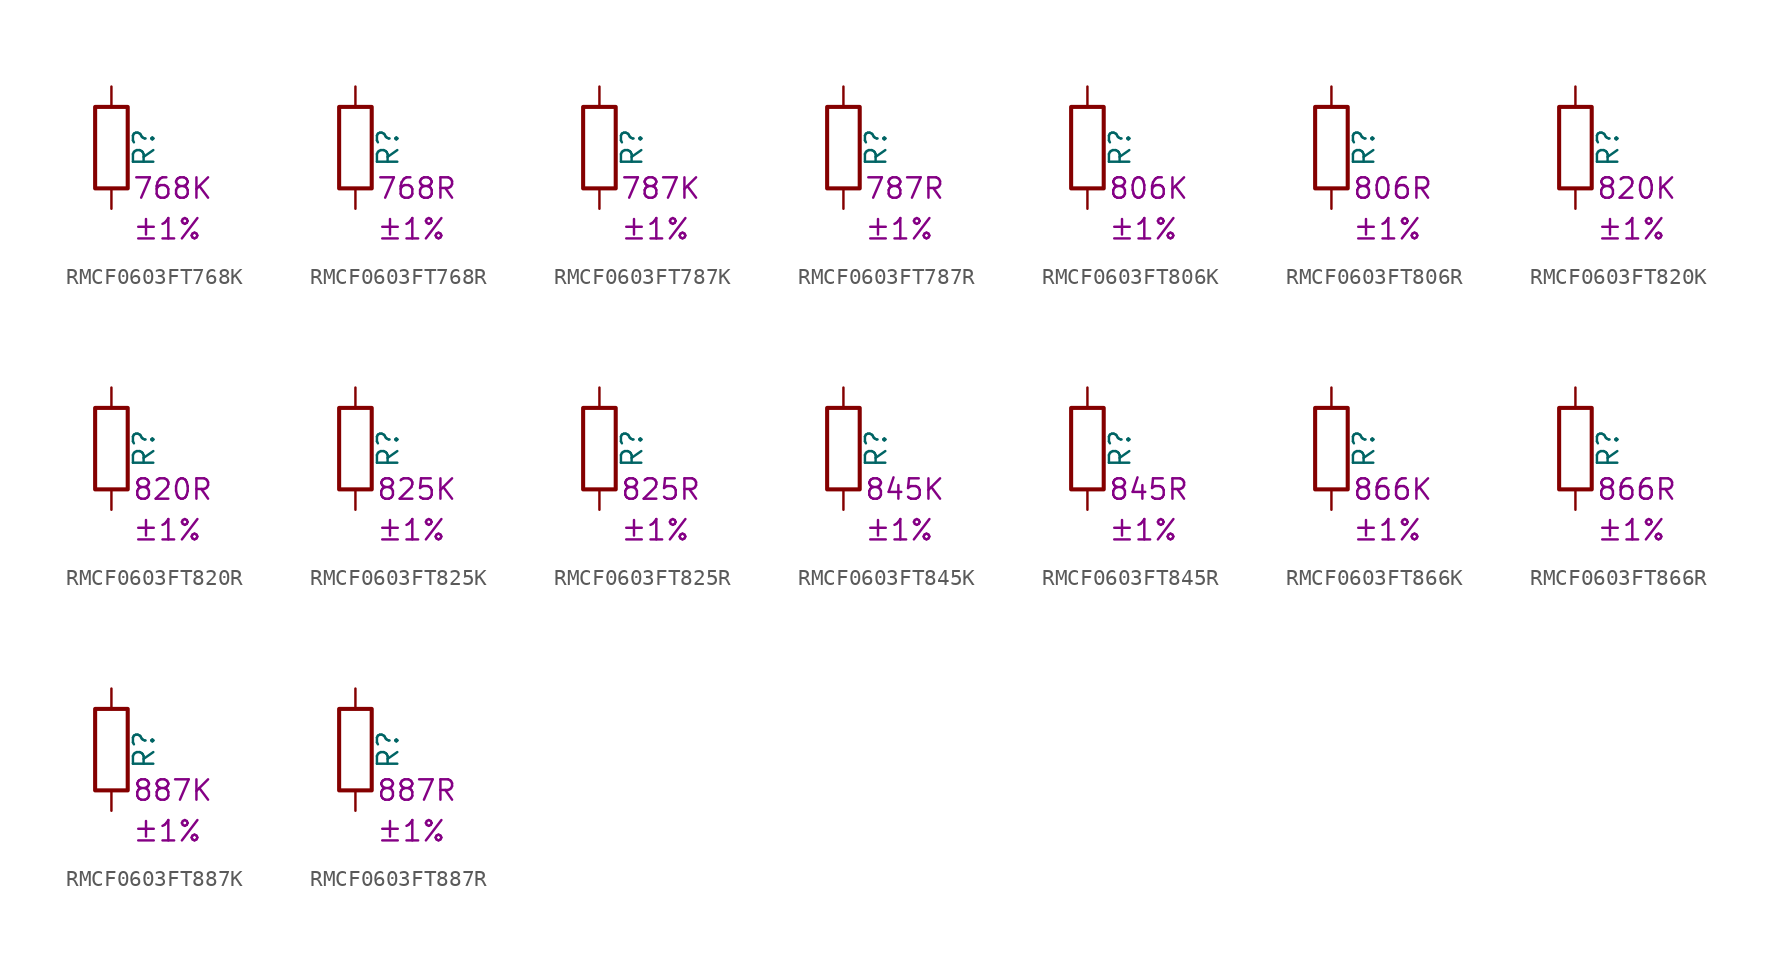
<source format=kicad_sym>
(kicad_symbol_lib
  (version 20220914)
  (generator kicad_symbol_editor)
  (symbol "RMCF0603FT768K"
    (pin_numbers hide)
    (pin_names
      (offset 0))
    (property "Reference" "R"
      (at 2.032 0 90)
      (effects (font (size 1.27 1.27))))
    (property "Resistance" "768K"
      (at 1.27 -2.54 0)
      (effects (font (size 1.27 1.27)) (justify left)))
    (property "Tolerance" "±1%"
      (at 1.27 -5.08 0)
      (effects (font (size 1.27 1.27)) (justify left)))
    (symbol "RMCF0603FT768K_0_1"
      (rectangle (start -1.016 -2.54) (end 1.016 2.54) (stroke (width 0.254) (type default)) (fill (type none))))
    (symbol "RMCF0603FT768K_1_1"
      (pin passive line (at 0 3.81 270) (length 1.27) (name "~" (effects (font (size 1.27 1.27)))) (number "1" (effects (font (size 1.27 1.27)))))
      (pin passive line (at 0 -3.81 90) (length 1.27) (name "~" (effects (font (size 1.27 1.27)))) (number "2" (effects (font (size 1.27 1.27)))))))
  (symbol "RMCF0603FT768R"
    (pin_numbers hide)
    (pin_names
      (offset 0))
    (property "Reference" "R"
      (at 2.032 0 90)
      (effects (font (size 1.27 1.27))))
    (property "Resistance" "768R"
      (at 1.27 -2.54 0)
      (effects (font (size 1.27 1.27)) (justify left)))
    (property "Tolerance" "±1%"
      (at 1.27 -5.08 0)
      (effects (font (size 1.27 1.27)) (justify left)))
    (symbol "RMCF0603FT768R_0_1"
      (rectangle (start -1.016 -2.54) (end 1.016 2.54) (stroke (width 0.254) (type default)) (fill (type none))))
    (symbol "RMCF0603FT768R_1_1"
      (pin passive line (at 0 3.81 270) (length 1.27) (name "~" (effects (font (size 1.27 1.27)))) (number "1" (effects (font (size 1.27 1.27)))))
      (pin passive line (at 0 -3.81 90) (length 1.27) (name "~" (effects (font (size 1.27 1.27)))) (number "2" (effects (font (size 1.27 1.27)))))))
  (symbol "RMCF0603FT787K"
    (pin_numbers hide)
    (pin_names
      (offset 0))
    (property "Reference" "R"
      (at 2.032 0 90)
      (effects (font (size 1.27 1.27))))
    (property "Resistance" "787K"
      (at 1.27 -2.54 0)
      (effects (font (size 1.27 1.27)) (justify left)))
    (property "Tolerance" "±1%"
      (at 1.27 -5.08 0)
      (effects (font (size 1.27 1.27)) (justify left)))
    (symbol "RMCF0603FT787K_0_1"
      (rectangle (start -1.016 -2.54) (end 1.016 2.54) (stroke (width 0.254) (type default)) (fill (type none))))
    (symbol "RMCF0603FT787K_1_1"
      (pin passive line (at 0 3.81 270) (length 1.27) (name "~" (effects (font (size 1.27 1.27)))) (number "1" (effects (font (size 1.27 1.27)))))
      (pin passive line (at 0 -3.81 90) (length 1.27) (name "~" (effects (font (size 1.27 1.27)))) (number "2" (effects (font (size 1.27 1.27)))))))
  (symbol "RMCF0603FT787R"
    (pin_numbers hide)
    (pin_names
      (offset 0))
    (property "Reference" "R"
      (at 2.032 0 90)
      (effects (font (size 1.27 1.27))))
    (property "Resistance" "787R"
      (at 1.27 -2.54 0)
      (effects (font (size 1.27 1.27)) (justify left)))
    (property "Tolerance" "±1%"
      (at 1.27 -5.08 0)
      (effects (font (size 1.27 1.27)) (justify left)))
    (symbol "RMCF0603FT787R_0_1"
      (rectangle (start -1.016 -2.54) (end 1.016 2.54) (stroke (width 0.254) (type default)) (fill (type none))))
    (symbol "RMCF0603FT787R_1_1"
      (pin passive line (at 0 3.81 270) (length 1.27) (name "~" (effects (font (size 1.27 1.27)))) (number "1" (effects (font (size 1.27 1.27)))))
      (pin passive line (at 0 -3.81 90) (length 1.27) (name "~" (effects (font (size 1.27 1.27)))) (number "2" (effects (font (size 1.27 1.27)))))))
  (symbol "RMCF0603FT806K"
    (pin_numbers hide)
    (pin_names
      (offset 0))
    (property "Reference" "R"
      (at 2.032 0 90)
      (effects (font (size 1.27 1.27))))
    (property "Resistance" "806K"
      (at 1.27 -2.54 0)
      (effects (font (size 1.27 1.27)) (justify left)))
    (property "Tolerance" "±1%"
      (at 1.27 -5.08 0)
      (effects (font (size 1.27 1.27)) (justify left)))
    (symbol "RMCF0603FT806K_0_1"
      (rectangle (start -1.016 -2.54) (end 1.016 2.54) (stroke (width 0.254) (type default)) (fill (type none))))
    (symbol "RMCF0603FT806K_1_1"
      (pin passive line (at 0 3.81 270) (length 1.27) (name "~" (effects (font (size 1.27 1.27)))) (number "1" (effects (font (size 1.27 1.27)))))
      (pin passive line (at 0 -3.81 90) (length 1.27) (name "~" (effects (font (size 1.27 1.27)))) (number "2" (effects (font (size 1.27 1.27)))))))
  (symbol "RMCF0603FT806R"
    (pin_numbers hide)
    (pin_names
      (offset 0))
    (property "Reference" "R"
      (at 2.032 0 90)
      (effects (font (size 1.27 1.27))))
    (property "Resistance" "806R"
      (at 1.27 -2.54 0)
      (effects (font (size 1.27 1.27)) (justify left)))
    (property "Tolerance" "±1%"
      (at 1.27 -5.08 0)
      (effects (font (size 1.27 1.27)) (justify left)))
    (symbol "RMCF0603FT806R_0_1"
      (rectangle (start -1.016 -2.54) (end 1.016 2.54) (stroke (width 0.254) (type default)) (fill (type none))))
    (symbol "RMCF0603FT806R_1_1"
      (pin passive line (at 0 3.81 270) (length 1.27) (name "~" (effects (font (size 1.27 1.27)))) (number "1" (effects (font (size 1.27 1.27)))))
      (pin passive line (at 0 -3.81 90) (length 1.27) (name "~" (effects (font (size 1.27 1.27)))) (number "2" (effects (font (size 1.27 1.27)))))))
  (symbol "RMCF0603FT820K"
    (pin_numbers hide)
    (pin_names
      (offset 0))
    (property "Reference" "R"
      (at 2.032 0 90)
      (effects (font (size 1.27 1.27))))
    (property "Resistance" "820K"
      (at 1.27 -2.54 0)
      (effects (font (size 1.27 1.27)) (justify left)))
    (property "Tolerance" "±1%"
      (at 1.27 -5.08 0)
      (effects (font (size 1.27 1.27)) (justify left)))
    (symbol "RMCF0603FT820K_0_1"
      (rectangle (start -1.016 -2.54) (end 1.016 2.54) (stroke (width 0.254) (type default)) (fill (type none))))
    (symbol "RMCF0603FT820K_1_1"
      (pin passive line (at 0 3.81 270) (length 1.27) (name "~" (effects (font (size 1.27 1.27)))) (number "1" (effects (font (size 1.27 1.27)))))
      (pin passive line (at 0 -3.81 90) (length 1.27) (name "~" (effects (font (size 1.27 1.27)))) (number "2" (effects (font (size 1.27 1.27)))))))
  (symbol "RMCF0603FT820R"
    (pin_numbers hide)
    (pin_names
      (offset 0))
    (property "Reference" "R"
      (at 2.032 0 90)
      (effects (font (size 1.27 1.27))))
    (property "Resistance" "820R"
      (at 1.27 -2.54 0)
      (effects (font (size 1.27 1.27)) (justify left)))
    (property "Tolerance" "±1%"
      (at 1.27 -5.08 0)
      (effects (font (size 1.27 1.27)) (justify left)))
    (symbol "RMCF0603FT820R_0_1"
      (rectangle (start -1.016 -2.54) (end 1.016 2.54) (stroke (width 0.254) (type default)) (fill (type none))))
    (symbol "RMCF0603FT820R_1_1"
      (pin passive line (at 0 3.81 270) (length 1.27) (name "~" (effects (font (size 1.27 1.27)))) (number "1" (effects (font (size 1.27 1.27)))))
      (pin passive line (at 0 -3.81 90) (length 1.27) (name "~" (effects (font (size 1.27 1.27)))) (number "2" (effects (font (size 1.27 1.27)))))))
  (symbol "RMCF0603FT825K"
    (pin_numbers hide)
    (pin_names
      (offset 0))
    (property "Reference" "R"
      (at 2.032 0 90)
      (effects (font (size 1.27 1.27))))
    (property "Resistance" "825K"
      (at 1.27 -2.54 0)
      (effects (font (size 1.27 1.27)) (justify left)))
    (property "Tolerance" "±1%"
      (at 1.27 -5.08 0)
      (effects (font (size 1.27 1.27)) (justify left)))
    (symbol "RMCF0603FT825K_0_1"
      (rectangle (start -1.016 -2.54) (end 1.016 2.54) (stroke (width 0.254) (type default)) (fill (type none))))
    (symbol "RMCF0603FT825K_1_1"
      (pin passive line (at 0 3.81 270) (length 1.27) (name "~" (effects (font (size 1.27 1.27)))) (number "1" (effects (font (size 1.27 1.27)))))
      (pin passive line (at 0 -3.81 90) (length 1.27) (name "~" (effects (font (size 1.27 1.27)))) (number "2" (effects (font (size 1.27 1.27)))))))
  (symbol "RMCF0603FT825R"
    (pin_numbers hide)
    (pin_names
      (offset 0))
    (property "Reference" "R"
      (at 2.032 0 90)
      (effects (font (size 1.27 1.27))))
    (property "Resistance" "825R"
      (at 1.27 -2.54 0)
      (effects (font (size 1.27 1.27)) (justify left)))
    (property "Tolerance" "±1%"
      (at 1.27 -5.08 0)
      (effects (font (size 1.27 1.27)) (justify left)))
    (symbol "RMCF0603FT825R_0_1"
      (rectangle (start -1.016 -2.54) (end 1.016 2.54) (stroke (width 0.254) (type default)) (fill (type none))))
    (symbol "RMCF0603FT825R_1_1"
      (pin passive line (at 0 3.81 270) (length 1.27) (name "~" (effects (font (size 1.27 1.27)))) (number "1" (effects (font (size 1.27 1.27)))))
      (pin passive line (at 0 -3.81 90) (length 1.27) (name "~" (effects (font (size 1.27 1.27)))) (number "2" (effects (font (size 1.27 1.27)))))))
  (symbol "RMCF0603FT845K"
    (pin_numbers hide)
    (pin_names
      (offset 0))
    (property "Reference" "R"
      (at 2.032 0 90)
      (effects (font (size 1.27 1.27))))
    (property "Resistance" "845K"
      (at 1.27 -2.54 0)
      (effects (font (size 1.27 1.27)) (justify left)))
    (property "Tolerance" "±1%"
      (at 1.27 -5.08 0)
      (effects (font (size 1.27 1.27)) (justify left)))
    (symbol "RMCF0603FT845K_0_1"
      (rectangle (start -1.016 -2.54) (end 1.016 2.54) (stroke (width 0.254) (type default)) (fill (type none))))
    (symbol "RMCF0603FT845K_1_1"
      (pin passive line (at 0 3.81 270) (length 1.27) (name "~" (effects (font (size 1.27 1.27)))) (number "1" (effects (font (size 1.27 1.27)))))
      (pin passive line (at 0 -3.81 90) (length 1.27) (name "~" (effects (font (size 1.27 1.27)))) (number "2" (effects (font (size 1.27 1.27)))))))
  (symbol "RMCF0603FT845R"
    (pin_numbers hide)
    (pin_names
      (offset 0))
    (property "Reference" "R"
      (at 2.032 0 90)
      (effects (font (size 1.27 1.27))))
    (property "Resistance" "845R"
      (at 1.27 -2.54 0)
      (effects (font (size 1.27 1.27)) (justify left)))
    (property "Tolerance" "±1%"
      (at 1.27 -5.08 0)
      (effects (font (size 1.27 1.27)) (justify left)))
    (symbol "RMCF0603FT845R_0_1"
      (rectangle (start -1.016 -2.54) (end 1.016 2.54) (stroke (width 0.254) (type default)) (fill (type none))))
    (symbol "RMCF0603FT845R_1_1"
      (pin passive line (at 0 3.81 270) (length 1.27) (name "~" (effects (font (size 1.27 1.27)))) (number "1" (effects (font (size 1.27 1.27)))))
      (pin passive line (at 0 -3.81 90) (length 1.27) (name "~" (effects (font (size 1.27 1.27)))) (number "2" (effects (font (size 1.27 1.27)))))))
  (symbol "RMCF0603FT866K"
    (pin_numbers hide)
    (pin_names
      (offset 0))
    (property "Reference" "R"
      (at 2.032 0 90)
      (effects (font (size 1.27 1.27))))
    (property "Resistance" "866K"
      (at 1.27 -2.54 0)
      (effects (font (size 1.27 1.27)) (justify left)))
    (property "Tolerance" "±1%"
      (at 1.27 -5.08 0)
      (effects (font (size 1.27 1.27)) (justify left)))
    (symbol "RMCF0603FT866K_0_1"
      (rectangle (start -1.016 -2.54) (end 1.016 2.54) (stroke (width 0.254) (type default)) (fill (type none))))
    (symbol "RMCF0603FT866K_1_1"
      (pin passive line (at 0 3.81 270) (length 1.27) (name "~" (effects (font (size 1.27 1.27)))) (number "1" (effects (font (size 1.27 1.27)))))
      (pin passive line (at 0 -3.81 90) (length 1.27) (name "~" (effects (font (size 1.27 1.27)))) (number "2" (effects (font (size 1.27 1.27)))))))
  (symbol "RMCF0603FT866R"
    (pin_numbers hide)
    (pin_names
      (offset 0))
    (property "Reference" "R"
      (at 2.032 0 90)
      (effects (font (size 1.27 1.27))))
    (property "Resistance" "866R"
      (at 1.27 -2.54 0)
      (effects (font (size 1.27 1.27)) (justify left)))
    (property "Tolerance" "±1%"
      (at 1.27 -5.08 0)
      (effects (font (size 1.27 1.27)) (justify left)))
    (symbol "RMCF0603FT866R_0_1"
      (rectangle (start -1.016 -2.54) (end 1.016 2.54) (stroke (width 0.254) (type default)) (fill (type none))))
    (symbol "RMCF0603FT866R_1_1"
      (pin passive line (at 0 3.81 270) (length 1.27) (name "~" (effects (font (size 1.27 1.27)))) (number "1" (effects (font (size 1.27 1.27)))))
      (pin passive line (at 0 -3.81 90) (length 1.27) (name "~" (effects (font (size 1.27 1.27)))) (number "2" (effects (font (size 1.27 1.27)))))))
  (symbol "RMCF0603FT887K"
    (pin_numbers hide)
    (pin_names
      (offset 0))
    (property "Reference" "R"
      (at 2.032 0 90)
      (effects (font (size 1.27 1.27))))
    (property "Resistance" "887K"
      (at 1.27 -2.54 0)
      (effects (font (size 1.27 1.27)) (justify left)))
    (property "Tolerance" "±1%"
      (at 1.27 -5.08 0)
      (effects (font (size 1.27 1.27)) (justify left)))
    (symbol "RMCF0603FT887K_0_1"
      (rectangle (start -1.016 -2.54) (end 1.016 2.54) (stroke (width 0.254) (type default)) (fill (type none))))
    (symbol "RMCF0603FT887K_1_1"
      (pin passive line (at 0 3.81 270) (length 1.27) (name "~" (effects (font (size 1.27 1.27)))) (number "1" (effects (font (size 1.27 1.27)))))
      (pin passive line (at 0 -3.81 90) (length 1.27) (name "~" (effects (font (size 1.27 1.27)))) (number "2" (effects (font (size 1.27 1.27)))))))
  (symbol "RMCF0603FT887R"
    (pin_numbers hide)
    (pin_names
      (offset 0))
    (property "Reference" "R"
      (at 2.032 0 90)
      (effects (font (size 1.27 1.27))))
    (property "Resistance" "887R"
      (at 1.27 -2.54 0)
      (effects (font (size 1.27 1.27)) (justify left)))
    (property "Tolerance" "±1%"
      (at 1.27 -5.08 0)
      (effects (font (size 1.27 1.27)) (justify left)))
    (symbol "RMCF0603FT887R_0_1"
      (rectangle (start -1.016 -2.54) (end 1.016 2.54) (stroke (width 0.254) (type default)) (fill (type none))))
    (symbol "RMCF0603FT887R_1_1"
      (pin passive line (at 0 3.81 270) (length 1.27) (name "~" (effects (font (size 1.27 1.27)))) (number "1" (effects (font (size 1.27 1.27)))))
      (pin passive line (at 0 -3.81 90) (length 1.27) (name "~" (effects (font (size 1.27 1.27)))) (number "2" (effects (font (size 1.27 1.27))))))))
</source>
